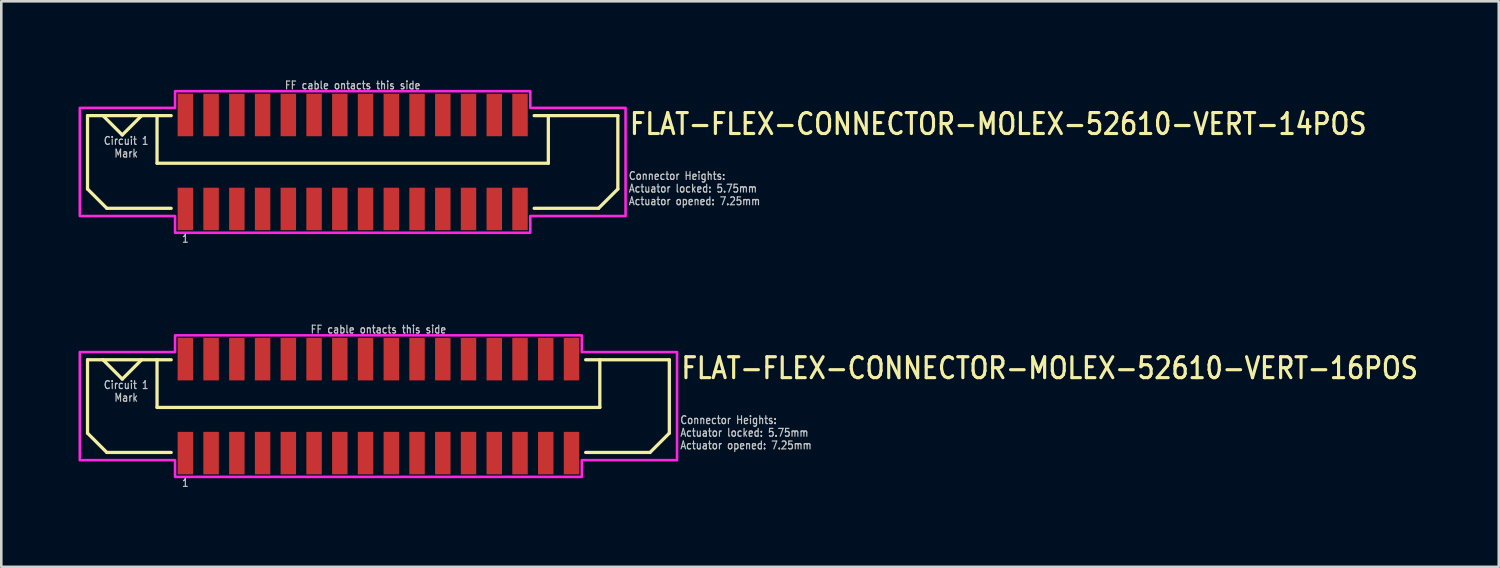
<source format=kicad_pcb>
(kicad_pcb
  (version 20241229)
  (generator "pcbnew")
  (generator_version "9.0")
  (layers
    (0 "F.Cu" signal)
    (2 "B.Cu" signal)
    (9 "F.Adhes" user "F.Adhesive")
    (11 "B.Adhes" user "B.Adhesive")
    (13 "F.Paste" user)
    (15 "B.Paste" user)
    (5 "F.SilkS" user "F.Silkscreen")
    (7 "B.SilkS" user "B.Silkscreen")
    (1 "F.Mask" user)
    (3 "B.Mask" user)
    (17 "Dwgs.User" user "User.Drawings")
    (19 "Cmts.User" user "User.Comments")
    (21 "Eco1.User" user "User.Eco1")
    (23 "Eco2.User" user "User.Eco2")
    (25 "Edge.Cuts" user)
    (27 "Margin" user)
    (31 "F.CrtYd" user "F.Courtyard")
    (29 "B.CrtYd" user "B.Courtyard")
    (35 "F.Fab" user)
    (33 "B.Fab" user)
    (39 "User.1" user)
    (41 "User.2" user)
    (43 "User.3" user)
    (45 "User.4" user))
  (footprint "FLAT-FLEX-CONNECTOR-MOLEX-52610-VERT-14POS"
    (layer "F.Cu")
    (at 10.65 3.242)
    (property "Reference" "FLAT-FLEX-CONNECTOR-MOLEX-52610-VERT-14POS" (at 10.7 -1 0) (unlocked yes) (layer "F.SilkS") (effects (font (size 0.813 0.695) (thickness 0.122)) (justify left bottom)))
    (fp_line (start -10.3 -1.8) (end -10.3 1.05) (stroke (width 0.127) (type solid)) (layer "F.SilkS"))
    (fp_line (start -10.3 1.05) (end -9.55 1.8) (stroke (width 0.127) (type solid)) (layer "F.SilkS"))
    (fp_line (start -9.7 -1.8) (end -10.3 -1.8) (stroke (width 0.127) (type solid)) (layer "F.SilkS"))
    (fp_line (start -9.7 -1.8) (end -8.95 -1.05) (stroke (width 0.127) (type solid)) (layer "F.SilkS"))
    (fp_line (start -9.55 1.8) (end -7.05 1.8) (stroke (width 0.127) (type solid)) (layer "F.SilkS"))
    (fp_line (start -8.95 -1.05) (end -8.2 -1.8) (stroke (width 0.127) (type solid)) (layer "F.SilkS"))
    (fp_line (start -8.2 -1.8) (end -9.7 -1.8) (stroke (width 0.127) (type solid)) (layer "F.SilkS"))
    (fp_line (start -7.6 -1.8) (end -8.2 -1.8) (stroke (width 0.127) (type solid)) (layer "F.SilkS"))
    (fp_line (start -7.6 -1.8) (end -7.6 0.05) (stroke (width 0.127) (type solid)) (layer "F.SilkS"))
    (fp_line (start -7.6 0.05) (end 7.6 0.05) (stroke (width 0.127) (type solid)) (layer "F.SilkS"))
    (fp_line (start -7.05 -1.8) (end -7.6 -1.8) (stroke (width 0.127) (type solid)) (layer "F.SilkS"))
    (fp_line (start 7.05 -1.8) (end 7.6 -1.8) (stroke (width 0.127) (type solid)) (layer "F.SilkS"))
    (fp_line (start 7.6 -1.8) (end 10.3 -1.8) (stroke (width 0.127) (type solid)) (layer "F.SilkS"))
    (fp_line (start 7.6 0.05) (end 7.6 -1.8) (stroke (width 0.127) (type solid)) (layer "F.SilkS"))
    (fp_line (start 9.55 1.8) (end 7.05 1.8) (stroke (width 0.127) (type solid)) (layer "F.SilkS"))
    (fp_line (start 10.3 -1.8) (end 10.3 1.05) (stroke (width 0.127) (type solid)) (layer "F.SilkS"))
    (fp_line (start 10.3 1.05) (end 9.55 1.8) (stroke (width 0.127) (type solid)) (layer "F.SilkS"))
    (fp_poly (pts (xy -10.6 -2.1) (xy -6.9 -2.1) (xy -6.9 -2.75) (xy 6.9 -2.75) (xy 6.9 -2.1) (xy 10.6 -2.1) (xy 10.6 2.1) (xy 6.9 2.1) (xy 6.9 2.75) (xy -6.9 2.75) (xy -6.9 2.1) (xy -10.6 2.1)) (stroke (width 0.1) (type solid)) (fill no) (layer "F.CrtYd"))
    (fp_text user "1" (at -6.5 2.8 0) (unlocked yes) (layer "Dwgs.User") (effects (font (size 0.305 0.261) (thickness 0.046)) (justify top)))
    (fp_text user "FF cable ontacts this side" (at 0 -2.8 0) (unlocked yes) (layer "Dwgs.User") (effects (font (size 0.305 0.261) (thickness 0.046)) (justify bottom)))
    (fp_text user "Circuit 1\nMark" (at -8.8 -1 0) (unlocked yes) (layer "Dwgs.User") (effects (font (size 0.305 0.261) (thickness 0.046)) (justify top)))
    (fp_text user "Connector Heights:\nActuator locked: 5.75mm\nActuator opened: 7.25mm" (at 10.7 1.7 0) (unlocked yes) (layer "Dwgs.User") (effects (font (size 0.305 0.261) (thickness 0.046)) (justify left bottom)))
    (pad "PC1" smd rect (at -6.5 -1.825) (size 0.6 1.65) (layers "F.Cu" "F.Mask" "F.Paste"))
    (pad "PC2" smd rect (at -5.5 -1.825) (size 0.6 1.65) (layers "F.Cu" "F.Mask" "F.Paste"))
    (pad "PC3" smd rect (at -4.5 -1.825) (size 0.6 1.65) (layers "F.Cu" "F.Mask" "F.Paste"))
    (pad "PC4" smd rect (at -3.5 -1.825) (size 0.6 1.65) (layers "F.Cu" "F.Mask" "F.Paste"))
    (pad "PC5" smd rect (at -2.5 -1.825) (size 0.6 1.65) (layers "F.Cu" "F.Mask" "F.Paste"))
    (pad "PC6" smd rect (at -1.5 -1.825) (size 0.6 1.65) (layers "F.Cu" "F.Mask" "F.Paste"))
    (pad "PC7" smd rect (at -0.5 -1.825) (size 0.6 1.65) (layers "F.Cu" "F.Mask" "F.Paste"))
    (pad "PC8" smd rect (at 0.5 -1.825) (size 0.6 1.65) (layers "F.Cu" "F.Mask" "F.Paste"))
    (pad "PC9" smd rect (at 1.5 -1.825) (size 0.6 1.65) (layers "F.Cu" "F.Mask" "F.Paste"))
    (pad "PC10" smd rect (at 2.5 -1.825) (size 0.6 1.65) (layers "F.Cu" "F.Mask" "F.Paste"))
    (pad "PC11" smd rect (at 3.5 -1.825) (size 0.6 1.65) (layers "F.Cu" "F.Mask" "F.Paste"))
    (pad "PC12" smd rect (at 4.5 -1.825) (size 0.6 1.65) (layers "F.Cu" "F.Mask" "F.Paste"))
    (pad "PC13" smd rect (at 5.5 -1.825) (size 0.6 1.65) (layers "F.Cu" "F.Mask" "F.Paste"))
    (pad "PC14" smd rect (at 6.5 -1.825) (size 0.6 1.65) (layers "F.Cu" "F.Mask" "F.Paste"))
    (pad "PS1" smd rect (at -6.5 1.825) (size 0.6 1.65) (layers "F.Cu" "F.Mask" "F.Paste"))
    (pad "PS2" smd rect (at -5.5 1.825) (size 0.6 1.65) (layers "F.Cu" "F.Mask" "F.Paste"))
    (pad "PS3" smd rect (at -4.5 1.825) (size 0.6 1.65) (layers "F.Cu" "F.Mask" "F.Paste"))
    (pad "PS4" smd rect (at -3.5 1.825) (size 0.6 1.65) (layers "F.Cu" "F.Mask" "F.Paste"))
    (pad "PS5" smd rect (at -2.5 1.825) (size 0.6 1.65) (layers "F.Cu" "F.Mask" "F.Paste"))
    (pad "PS6" smd rect (at -1.5 1.825) (size 0.6 1.65) (layers "F.Cu" "F.Mask" "F.Paste"))
    (pad "PS7" smd rect (at -0.5 1.825) (size 0.6 1.65) (layers "F.Cu" "F.Mask" "F.Paste"))
    (pad "PS8" smd rect (at 0.5 1.825) (size 0.6 1.65) (layers "F.Cu" "F.Mask" "F.Paste"))
    (pad "PS9" smd rect (at 1.5 1.825) (size 0.6 1.65) (layers "F.Cu" "F.Mask" "F.Paste"))
    (pad "PS10" smd rect (at 2.5 1.825) (size 0.6 1.65) (layers "F.Cu" "F.Mask" "F.Paste"))
    (pad "PS11" smd rect (at 3.5 1.825) (size 0.6 1.65) (layers "F.Cu" "F.Mask" "F.Paste"))
    (pad "PS12" smd rect (at 4.5 1.825) (size 0.6 1.65) (layers "F.Cu" "F.Mask" "F.Paste"))
    (pad "PS13" smd rect (at 5.5 1.825) (size 0.6 1.65) (layers "F.Cu" "F.Mask" "F.Paste"))
    (pad "PS14" smd rect (at 6.5 1.825) (size 0.6 1.65) (layers "F.Cu" "F.Mask" "F.Paste")))
  (footprint "FLAT-FLEX-CONNECTOR-MOLEX-52610-VERT-16POS"
    (layer "F.Cu")
    (at 11.65 12.726)
    (property "Reference" "FLAT-FLEX-CONNECTOR-MOLEX-52610-VERT-16POS" (at 11.7 -1 0) (unlocked yes) (layer "F.SilkS") (effects (font (size 0.813 0.695) (thickness 0.122)) (justify left bottom)))
    (fp_line (start -11.3 -1.8) (end -11.3 1.05) (stroke (width 0.127) (type solid)) (layer "F.SilkS"))
    (fp_line (start -11.3 1.05) (end -10.55 1.8) (stroke (width 0.127) (type solid)) (layer "F.SilkS"))
    (fp_line (start -10.7 -1.8) (end -11.3 -1.8) (stroke (width 0.127) (type solid)) (layer "F.SilkS"))
    (fp_line (start -10.7 -1.8) (end -9.95 -1.05) (stroke (width 0.127) (type solid)) (layer "F.SilkS"))
    (fp_line (start -10.55 1.8) (end -8.05 1.8) (stroke (width 0.127) (type solid)) (layer "F.SilkS"))
    (fp_line (start -9.95 -1.05) (end -9.2 -1.8) (stroke (width 0.127) (type solid)) (layer "F.SilkS"))
    (fp_line (start -9.2 -1.8) (end -10.7 -1.8) (stroke (width 0.127) (type solid)) (layer "F.SilkS"))
    (fp_line (start -8.6 -1.8) (end -9.2 -1.8) (stroke (width 0.127) (type solid)) (layer "F.SilkS"))
    (fp_line (start -8.6 -1.8) (end -8.6 0.05) (stroke (width 0.127) (type solid)) (layer "F.SilkS"))
    (fp_line (start -8.6 0.05) (end 8.6 0.05) (stroke (width 0.127) (type solid)) (layer "F.SilkS"))
    (fp_line (start -8.05 -1.8) (end -8.6 -1.8) (stroke (width 0.127) (type solid)) (layer "F.SilkS"))
    (fp_line (start 8.05 -1.8) (end 8.6 -1.8) (stroke (width 0.127) (type solid)) (layer "F.SilkS"))
    (fp_line (start 8.6 -1.8) (end 11.3 -1.8) (stroke (width 0.127) (type solid)) (layer "F.SilkS"))
    (fp_line (start 8.6 0.05) (end 8.6 -1.8) (stroke (width 0.127) (type solid)) (layer "F.SilkS"))
    (fp_line (start 10.55 1.8) (end 8.05 1.8) (stroke (width 0.127) (type solid)) (layer "F.SilkS"))
    (fp_line (start 11.3 -1.8) (end 11.3 1.05) (stroke (width 0.127) (type solid)) (layer "F.SilkS"))
    (fp_line (start 11.3 1.05) (end 10.55 1.8) (stroke (width 0.127) (type solid)) (layer "F.SilkS"))
    (fp_poly (pts (xy -11.6 -2.1) (xy -7.9 -2.1) (xy -7.9 -2.75) (xy 7.9 -2.75) (xy 7.9 -2.1) (xy 11.6 -2.1) (xy 11.6 2.1) (xy 7.9 2.1) (xy 7.9 2.75) (xy -7.9 2.75) (xy -7.9 2.1) (xy -11.6 2.1)) (stroke (width 0.1) (type solid)) (fill no) (layer "F.CrtYd"))
    (fp_text user "Connector Heights:\nActuator locked: 5.75mm\nActuator opened: 7.25mm" (at 11.7 1.7 0) (unlocked yes) (layer "Dwgs.User") (effects (font (size 0.305 0.261) (thickness 0.046)) (justify left bottom)))
    (fp_text user "FF cable ontacts this side" (at 0 -2.8 0) (unlocked yes) (layer "Dwgs.User") (effects (font (size 0.305 0.261) (thickness 0.046)) (justify bottom)))
    (fp_text user "Circuit 1\nMark" (at -9.8 -1 0) (unlocked yes) (layer "Dwgs.User") (effects (font (size 0.305 0.261) (thickness 0.046)) (justify top)))
    (fp_text user "1" (at -7.5 2.8 0) (unlocked yes) (layer "Dwgs.User") (effects (font (size 0.305 0.261) (thickness 0.046)) (justify top)))
    (pad "PC1" smd rect (at -7.5 -1.825) (size 0.6 1.65) (layers "F.Cu" "F.Mask" "F.Paste"))
    (pad "PC2" smd rect (at -6.5 -1.825) (size 0.6 1.65) (layers "F.Cu" "F.Mask" "F.Paste"))
    (pad "PC3" smd rect (at -5.5 -1.825) (size 0.6 1.65) (layers "F.Cu" "F.Mask" "F.Paste"))
    (pad "PC4" smd rect (at -4.5 -1.825) (size 0.6 1.65) (layers "F.Cu" "F.Mask" "F.Paste"))
    (pad "PC5" smd rect (at -3.5 -1.825) (size 0.6 1.65) (layers "F.Cu" "F.Mask" "F.Paste"))
    (pad "PC6" smd rect (at -2.5 -1.825) (size 0.6 1.65) (layers "F.Cu" "F.Mask" "F.Paste"))
    (pad "PC7" smd rect (at -1.5 -1.825) (size 0.6 1.65) (layers "F.Cu" "F.Mask" "F.Paste"))
    (pad "PC8" smd rect (at -0.5 -1.825) (size 0.6 1.65) (layers "F.Cu" "F.Mask" "F.Paste"))
    (pad "PC9" smd rect (at 0.5 -1.825) (size 0.6 1.65) (layers "F.Cu" "F.Mask" "F.Paste"))
    (pad "PC10" smd rect (at 1.5 -1.825) (size 0.6 1.65) (layers "F.Cu" "F.Mask" "F.Paste"))
    (pad "PC11" smd rect (at 2.5 -1.825) (size 0.6 1.65) (layers "F.Cu" "F.Mask" "F.Paste"))
    (pad "PC12" smd rect (at 3.5 -1.825) (size 0.6 1.65) (layers "F.Cu" "F.Mask" "F.Paste"))
    (pad "PC13" smd rect (at 4.5 -1.825) (size 0.6 1.65) (layers "F.Cu" "F.Mask" "F.Paste"))
    (pad "PC14" smd rect (at 5.5 -1.825) (size 0.6 1.65) (layers "F.Cu" "F.Mask" "F.Paste"))
    (pad "PC15" smd rect (at 6.5 -1.825) (size 0.6 1.65) (layers "F.Cu" "F.Mask" "F.Paste"))
    (pad "PC16" smd rect (at 7.5 -1.825) (size 0.6 1.65) (layers "F.Cu" "F.Mask" "F.Paste"))
    (pad "PS1" smd rect (at -7.5 1.825) (size 0.6 1.65) (layers "F.Cu" "F.Mask" "F.Paste"))
    (pad "PS2" smd rect (at -6.5 1.825) (size 0.6 1.65) (layers "F.Cu" "F.Mask" "F.Paste"))
    (pad "PS3" smd rect (at -5.5 1.825) (size 0.6 1.65) (layers "F.Cu" "F.Mask" "F.Paste"))
    (pad "PS4" smd rect (at -4.5 1.825) (size 0.6 1.65) (layers "F.Cu" "F.Mask" "F.Paste"))
    (pad "PS5" smd rect (at -3.5 1.825) (size 0.6 1.65) (layers "F.Cu" "F.Mask" "F.Paste"))
    (pad "PS6" smd rect (at -2.5 1.825) (size 0.6 1.65) (layers "F.Cu" "F.Mask" "F.Paste"))
    (pad "PS7" smd rect (at -1.5 1.825) (size 0.6 1.65) (layers "F.Cu" "F.Mask" "F.Paste"))
    (pad "PS8" smd rect (at -0.5 1.825) (size 0.6 1.65) (layers "F.Cu" "F.Mask" "F.Paste"))
    (pad "PS9" smd rect (at 0.5 1.825) (size 0.6 1.65) (layers "F.Cu" "F.Mask" "F.Paste"))
    (pad "PS10" smd rect (at 1.5 1.825) (size 0.6 1.65) (layers "F.Cu" "F.Mask" "F.Paste"))
    (pad "PS11" smd rect (at 2.5 1.825) (size 0.6 1.65) (layers "F.Cu" "F.Mask" "F.Paste"))
    (pad "PS12" smd rect (at 3.5 1.825) (size 0.6 1.65) (layers "F.Cu" "F.Mask" "F.Paste"))
    (pad "PS13" smd rect (at 4.5 1.825) (size 0.6 1.65) (layers "F.Cu" "F.Mask" "F.Paste"))
    (pad "PS14" smd rect (at 5.5 1.825) (size 0.6 1.65) (layers "F.Cu" "F.Mask" "F.Paste"))
    (pad "PS15" smd rect (at 6.5 1.825) (size 0.6 1.65) (layers "F.Cu" "F.Mask" "F.Paste"))
    (pad "PS16" smd rect (at 7.5 1.825) (size 0.6 1.65) (layers "F.Cu" "F.Mask" "F.Paste")))
  (gr_rect
    (start -3 -3)
    (end 55.169 18.968)
    (stroke (width 0.1) (type default))
    (fill no)
    (layer "Edge.Cuts")))
</source>
